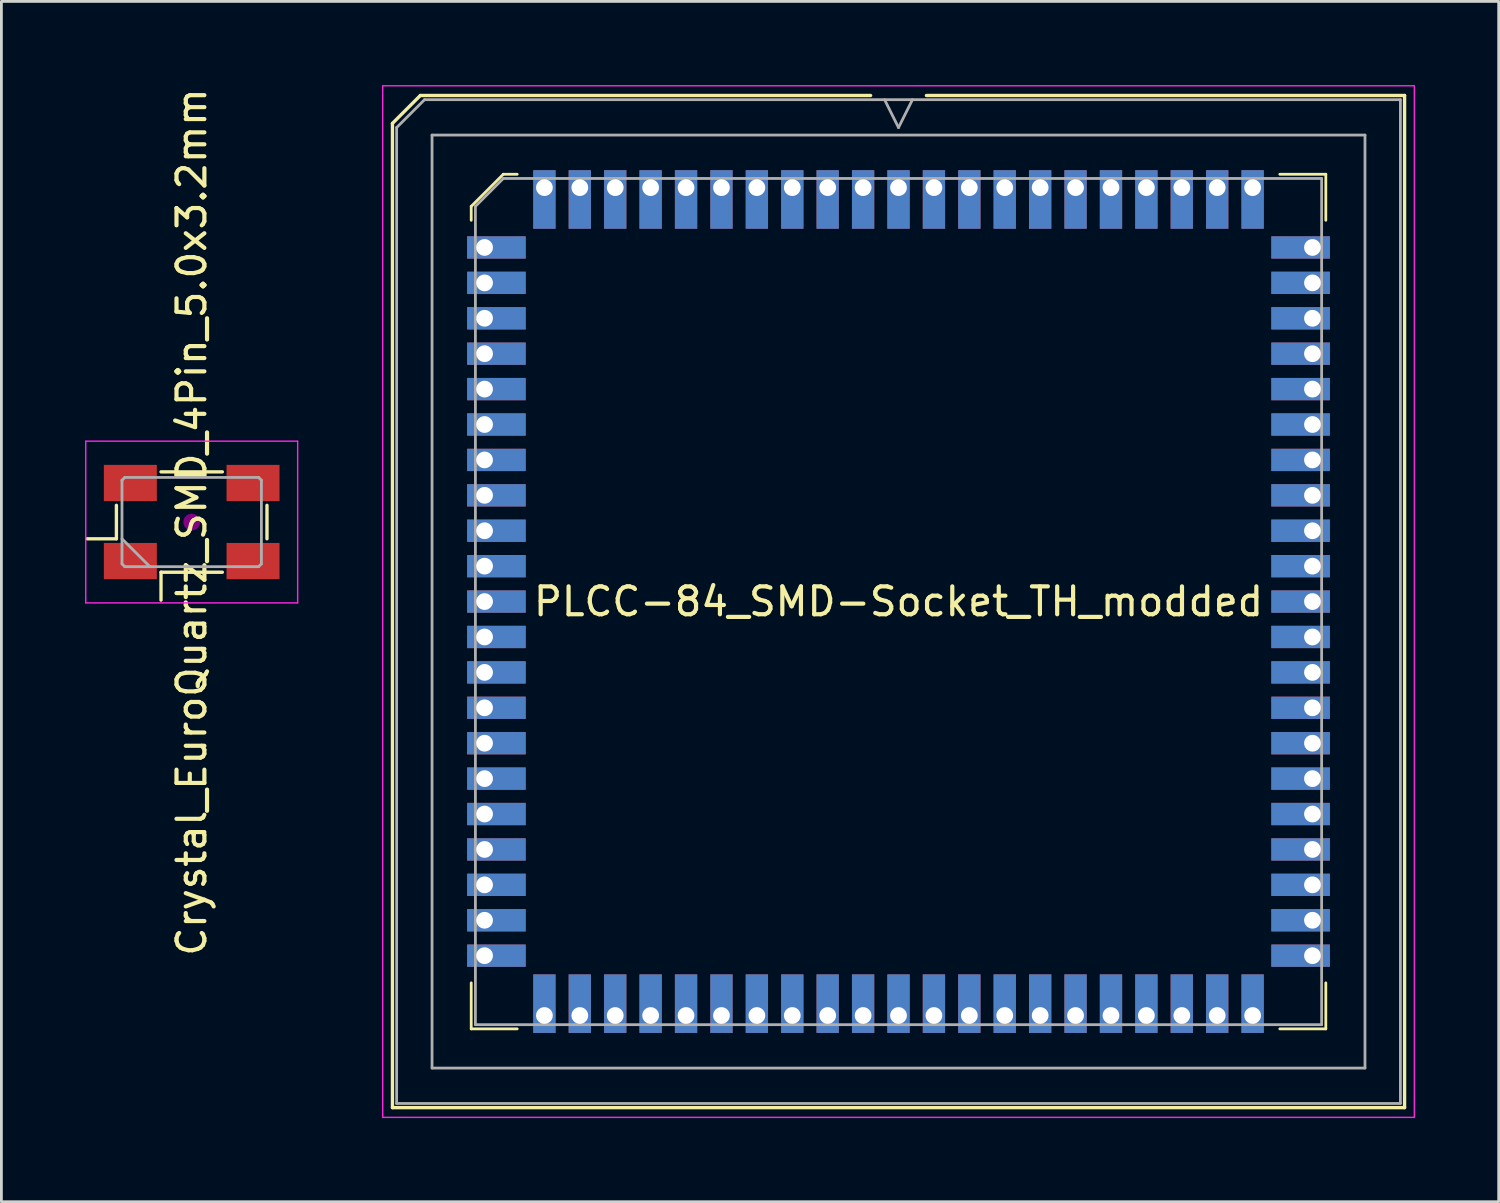
<source format=kicad_pcb>
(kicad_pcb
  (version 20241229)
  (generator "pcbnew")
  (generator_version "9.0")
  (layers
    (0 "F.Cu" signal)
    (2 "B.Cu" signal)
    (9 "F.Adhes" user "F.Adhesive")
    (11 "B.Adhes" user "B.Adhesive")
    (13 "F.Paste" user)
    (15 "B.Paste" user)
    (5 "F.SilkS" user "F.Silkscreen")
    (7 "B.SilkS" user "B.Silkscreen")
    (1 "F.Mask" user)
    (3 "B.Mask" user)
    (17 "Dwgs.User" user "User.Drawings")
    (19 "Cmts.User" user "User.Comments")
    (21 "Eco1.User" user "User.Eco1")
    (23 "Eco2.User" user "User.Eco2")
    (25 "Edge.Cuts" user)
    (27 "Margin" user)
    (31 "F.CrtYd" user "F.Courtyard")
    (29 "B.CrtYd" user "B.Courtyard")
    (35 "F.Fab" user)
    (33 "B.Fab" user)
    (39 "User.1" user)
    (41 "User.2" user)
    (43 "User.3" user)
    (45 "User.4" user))
  (footprint "PLCC-84_SMD-Socket_TH_modded"
    (layer "F.Cu")
    (at 29.175 18.525)
    (property "Reference" "PLCC-84_SMD-Socket_TH_modded" (at 0 0 0) (unlocked yes) (layer "F.SilkS") (effects (font (size 1 1) (thickness 0.15))))
    (attr smd)
    (fp_line (start -18.15 -17.15) (end -18.15 18.15) (stroke (width 0.12) (type solid)) (layer "F.SilkS"))
    (fp_line (start -18.15 18.15) (end 18.15 18.15) (stroke (width 0.12) (type solid)) (layer "F.SilkS"))
    (fp_line (start -17.15 -18.15) (end -18.15 -17.15) (stroke (width 0.12) (type solid)) (layer "F.SilkS"))
    (fp_line (start -15.325 -14.175) (end -15.325 -13.675) (stroke (width 0.1) (type solid)) (layer "F.SilkS"))
    (fp_line (start -15.325 15.325) (end -15.325 13.675) (stroke (width 0.1) (type solid)) (layer "F.SilkS"))
    (fp_line (start -14.175 -15.325) (end -15.325 -14.175) (stroke (width 0.1) (type solid)) (layer "F.SilkS"))
    (fp_line (start -13.675 -15.325) (end -14.175 -15.325) (stroke (width 0.1) (type solid)) (layer "F.SilkS"))
    (fp_line (start -13.675 15.325) (end -15.325 15.325) (stroke (width 0.1) (type solid)) (layer "F.SilkS"))
    (fp_line (start -1 -18.15) (end -17.15 -18.15) (stroke (width 0.12) (type solid)) (layer "F.SilkS"))
    (fp_line (start 13.675 -15.325) (end 15.325 -15.325) (stroke (width 0.1) (type solid)) (layer "F.SilkS"))
    (fp_line (start 13.675 15.325) (end 15.325 15.325) (stroke (width 0.1) (type solid)) (layer "F.SilkS"))
    (fp_line (start 15.325 -15.325) (end 15.325 -13.675) (stroke (width 0.1) (type solid)) (layer "F.SilkS"))
    (fp_line (start 15.325 15.325) (end 15.325 13.675) (stroke (width 0.1) (type solid)) (layer "F.SilkS"))
    (fp_line (start 18.15 -18.15) (end 1 -18.15) (stroke (width 0.12) (type solid)) (layer "F.SilkS"))
    (fp_line (start 18.15 18.15) (end 18.15 -18.15) (stroke (width 0.12) (type solid)) (layer "F.SilkS"))
    (fp_line (start -18.5 -18.5) (end -18.5 18.5) (stroke (width 0.05) (type solid)) (layer "F.CrtYd"))
    (fp_line (start -18.5 18.5) (end 18.5 18.5) (stroke (width 0.05) (type solid)) (layer "F.CrtYd"))
    (fp_line (start 18.5 -18.5) (end -18.5 -18.5) (stroke (width 0.05) (type solid)) (layer "F.CrtYd"))
    (fp_line (start 18.5 18.5) (end 18.5 -18.5) (stroke (width 0.05) (type solid)) (layer "F.CrtYd"))
    (fp_line (start -18 -17) (end -18 18) (stroke (width 0.1) (type solid)) (layer "F.Fab"))
    (fp_line (start -18 18) (end 18 18) (stroke (width 0.1) (type solid)) (layer "F.Fab"))
    (fp_line (start -17 -18) (end -18 -17) (stroke (width 0.1) (type solid)) (layer "F.Fab"))
    (fp_line (start -16.73 -16.73) (end -16.73 16.73) (stroke (width 0.1) (type solid)) (layer "F.Fab"))
    (fp_line (start -16.73 16.73) (end 16.73 16.73) (stroke (width 0.1) (type solid)) (layer "F.Fab"))
    (fp_line (start -15.175 -14.175) (end -15.175 15.175) (stroke (width 0.1) (type solid)) (layer "F.Fab"))
    (fp_line (start -15.175 15.175) (end 15.175 15.175) (stroke (width 0.1) (type solid)) (layer "F.Fab"))
    (fp_line (start -14.175 -15.175) (end -15.175 -14.175) (stroke (width 0.1) (type solid)) (layer "F.Fab"))
    (fp_line (start -0.5 -18) (end 0 -17) (stroke (width 0.1) (type solid)) (layer "F.Fab"))
    (fp_line (start 0 -17) (end 0.5 -18) (stroke (width 0.1) (type solid)) (layer "F.Fab"))
    (fp_line (start 15.175 -15.175) (end -14.175 -15.175) (stroke (width 0.1) (type solid)) (layer "F.Fab"))
    (fp_line (start 15.175 15.175) (end 15.175 -15.175) (stroke (width 0.1) (type solid)) (layer "F.Fab"))
    (fp_line (start 16.73 -16.73) (end -16.73 -16.73) (stroke (width 0.1) (type solid)) (layer "F.Fab"))
    (fp_line (start 16.73 16.73) (end 16.73 -16.73) (stroke (width 0.1) (type solid)) (layer "F.Fab"))
    (fp_line (start 18 -18) (end -17 -18) (stroke (width 0.1) (type solid)) (layer "F.Fab"))
    (fp_line (start 18 18) (end 18 -18) (stroke (width 0.1) (type solid)) (layer "F.Fab"))
    (pad "1" thru_hole rect (at 0 -14.846) (size 0.8 2.1) (drill 0.6 (offset 0 0.425)) (layers "*.Cu" "*.Mask"))
    (pad "2" thru_hole rect (at -1.27 -14.846) (size 0.8 2.1) (drill 0.6 (offset 0 0.425)) (layers "*.Cu" "*.Mask"))
    (pad "3" thru_hole rect (at -2.54 -14.846) (size 0.8 2.1) (drill 0.6 (offset 0 0.425)) (layers "*.Cu" "*.Mask"))
    (pad "4" thru_hole rect (at -3.81 -14.846) (size 0.8 2.1) (drill 0.6 (offset 0 0.425)) (layers "*.Cu" "*.Mask"))
    (pad "5" thru_hole rect (at -5.08 -14.846) (size 0.8 2.1) (drill 0.6 (offset 0 0.425)) (layers "*.Cu" "*.Mask"))
    (pad "6" thru_hole rect (at -6.35 -14.846) (size 0.8 2.1) (drill 0.6 (offset 0 0.425)) (layers "*.Cu" "*.Mask"))
    (pad "7" thru_hole rect (at -7.62 -14.846) (size 0.8 2.1) (drill 0.6 (offset 0 0.425)) (layers "*.Cu" "*.Mask"))
    (pad "8" thru_hole rect (at -8.89 -14.846) (size 0.8 2.1) (drill 0.6 (offset 0 0.425)) (layers "*.Cu" "*.Mask"))
    (pad "9" thru_hole rect (at -10.16 -14.846) (size 0.8 2.1) (drill 0.6 (offset 0 0.425)) (layers "*.Cu" "*.Mask"))
    (pad "10" thru_hole rect (at -11.43 -14.846) (size 0.8 2.1) (drill 0.6 (offset 0 0.425)) (layers "*.Cu" "*.Mask"))
    (pad "11" thru_hole rect (at -12.7 -14.846) (size 0.8 2.1) (drill 0.6 (offset 0 0.425)) (layers "*.Cu" "*.Mask"))
    (pad "12" thru_hole rect (at -14.846 -12.7) (size 2.1 0.8) (drill 0.6 (offset 0.425 0)) (layers "*.Cu" "*.Mask"))
    (pad "13" thru_hole rect (at -14.846 -11.43) (size 2.1 0.8) (drill 0.6 (offset 0.425 0)) (layers "*.Cu" "*.Mask"))
    (pad "14" thru_hole rect (at -14.846 -10.16) (size 2.1 0.8) (drill 0.6 (offset 0.425 0)) (layers "*.Cu" "*.Mask"))
    (pad "15" thru_hole rect (at -14.846 -8.89) (size 2.1 0.8) (drill 0.6 (offset 0.425 0)) (layers "*.Cu" "*.Mask"))
    (pad "16" thru_hole rect (at -14.846 -7.62) (size 2.1 0.8) (drill 0.6 (offset 0.425 0)) (layers "*.Cu" "*.Mask"))
    (pad "17" thru_hole rect (at -14.846 -6.35) (size 2.1 0.8) (drill 0.6 (offset 0.425 0)) (layers "*.Cu" "*.Mask"))
    (pad "18" thru_hole rect (at -14.846 -5.08) (size 2.1 0.8) (drill 0.6 (offset 0.425 0)) (layers "*.Cu" "*.Mask"))
    (pad "19" thru_hole rect (at -14.846 -3.81) (size 2.1 0.8) (drill 0.6 (offset 0.425 0)) (layers "*.Cu" "*.Mask"))
    (pad "20" thru_hole rect (at -14.846 -2.54) (size 2.1 0.8) (drill 0.6 (offset 0.425 0)) (layers "*.Cu" "*.Mask"))
    (pad "21" thru_hole rect (at -14.846 -1.27) (size 2.1 0.8) (drill 0.6 (offset 0.425 0)) (layers "*.Cu" "*.Mask"))
    (pad "22" thru_hole rect (at -14.846 0) (size 2.1 0.8) (drill 0.6 (offset 0.425 0)) (layers "*.Cu" "*.Mask"))
    (pad "23" thru_hole rect (at -14.846 1.27) (size 2.1 0.8) (drill 0.6 (offset 0.425 0)) (layers "*.Cu" "*.Mask"))
    (pad "24" thru_hole rect (at -14.846 2.54) (size 2.1 0.8) (drill 0.6 (offset 0.425 0)) (layers "*.Cu" "*.Mask"))
    (pad "25" thru_hole rect (at -14.846 3.81) (size 2.1 0.8) (drill 0.6 (offset 0.425 0)) (layers "*.Cu" "*.Mask"))
    (pad "26" thru_hole rect (at -14.846 5.08) (size 2.1 0.8) (drill 0.6 (offset 0.425 0)) (layers "*.Cu" "*.Mask"))
    (pad "27" thru_hole rect (at -14.846 6.35) (size 2.1 0.8) (drill 0.6 (offset 0.425 0)) (layers "*.Cu" "*.Mask"))
    (pad "28" thru_hole rect (at -14.846 7.62) (size 2.1 0.8) (drill 0.6 (offset 0.425 0)) (layers "*.Cu" "*.Mask"))
    (pad "29" thru_hole rect (at -14.846 8.89) (size 2.1 0.8) (drill 0.6 (offset 0.425 0)) (layers "*.Cu" "*.Mask"))
    (pad "30" thru_hole rect (at -14.846 10.16) (size 2.1 0.8) (drill 0.6 (offset 0.425 0)) (layers "*.Cu" "*.Mask"))
    (pad "31" thru_hole rect (at -14.846 11.43) (size 2.1 0.8) (drill 0.6 (offset 0.425 0)) (layers "*.Cu" "*.Mask"))
    (pad "32" thru_hole rect (at -14.846 12.7) (size 2.1 0.8) (drill 0.6 (offset 0.425 0)) (layers "*.Cu" "*.Mask"))
    (pad "33" thru_hole rect (at -12.7 14.846) (size 0.8 2.1) (drill 0.6 (offset 0 -0.425)) (layers "*.Cu" "*.Mask"))
    (pad "34" thru_hole rect (at -11.43 14.846) (size 0.8 2.1) (drill 0.6 (offset 0 -0.425)) (layers "*.Cu" "*.Mask"))
    (pad "35" thru_hole rect (at -10.16 14.846) (size 0.8 2.1) (drill 0.6 (offset 0 -0.425)) (layers "*.Cu" "*.Mask"))
    (pad "36" thru_hole rect (at -8.89 14.846) (size 0.8 2.1) (drill 0.6 (offset 0 -0.425)) (layers "*.Cu" "*.Mask"))
    (pad "37" thru_hole rect (at -7.62 14.846) (size 0.8 2.1) (drill 0.6 (offset 0 -0.425)) (layers "*.Cu" "*.Mask"))
    (pad "38" thru_hole rect (at -6.35 14.846) (size 0.8 2.1) (drill 0.6 (offset 0 -0.425)) (layers "*.Cu" "*.Mask"))
    (pad "39" thru_hole rect (at -5.08 14.846) (size 0.8 2.1) (drill 0.6 (offset 0 -0.425)) (layers "*.Cu" "*.Mask"))
    (pad "40" thru_hole rect (at -3.81 14.846) (size 0.8 2.1) (drill 0.6 (offset 0 -0.425)) (layers "*.Cu" "*.Mask"))
    (pad "41" thru_hole rect (at -2.54 14.846) (size 0.8 2.1) (drill 0.6 (offset 0 -0.425)) (layers "*.Cu" "*.Mask"))
    (pad "42" thru_hole rect (at -1.27 14.846) (size 0.8 2.1) (drill 0.6 (offset 0 -0.425)) (layers "*.Cu" "*.Mask"))
    (pad "43" thru_hole rect (at 0 14.846) (size 0.8 2.1) (drill 0.6 (offset 0 -0.425)) (layers "*.Cu" "*.Mask"))
    (pad "44" thru_hole rect (at 1.27 14.846) (size 0.8 2.1) (drill 0.6 (offset 0 -0.425)) (layers "*.Cu" "*.Mask"))
    (pad "45" thru_hole rect (at 2.54 14.846) (size 0.8 2.1) (drill 0.6 (offset 0 -0.425)) (layers "*.Cu" "*.Mask"))
    (pad "46" thru_hole rect (at 3.81 14.846) (size 0.8 2.1) (drill 0.6 (offset 0 -0.425)) (layers "*.Cu" "*.Mask"))
    (pad "47" thru_hole rect (at 5.08 14.846) (size 0.8 2.1) (drill 0.6 (offset 0 -0.425)) (layers "*.Cu" "*.Mask"))
    (pad "48" thru_hole rect (at 6.35 14.846) (size 0.8 2.1) (drill 0.6 (offset 0 -0.425)) (layers "*.Cu" "*.Mask"))
    (pad "49" thru_hole rect (at 7.62 14.846) (size 0.8 2.1) (drill 0.6 (offset 0 -0.425)) (layers "*.Cu" "*.Mask"))
    (pad "50" thru_hole rect (at 8.89 14.846) (size 0.8 2.1) (drill 0.6 (offset 0 -0.425)) (layers "*.Cu" "*.Mask"))
    (pad "51" thru_hole rect (at 10.16 14.846) (size 0.8 2.1) (drill 0.6 (offset 0 -0.425)) (layers "*.Cu" "*.Mask"))
    (pad "52" thru_hole rect (at 11.43 14.846) (size 0.8 2.1) (drill 0.6 (offset 0 -0.425)) (layers "*.Cu" "*.Mask"))
    (pad "53" thru_hole rect (at 12.7 14.846) (size 0.8 2.1) (drill 0.6 (offset 0 -0.425)) (layers "*.Cu" "*.Mask"))
    (pad "54" thru_hole rect (at 14.846 12.7) (size 2.1 0.8) (drill 0.6 (offset -0.425 0)) (layers "*.Cu" "*.Mask"))
    (pad "55" thru_hole rect (at 14.846 11.43) (size 2.1 0.8) (drill 0.6 (offset -0.425 0)) (layers "*.Cu" "*.Mask"))
    (pad "56" thru_hole rect (at 14.846 10.16) (size 2.1 0.8) (drill 0.6 (offset -0.425 0)) (layers "*.Cu" "*.Mask"))
    (pad "57" thru_hole rect (at 14.846 8.89) (size 2.1 0.8) (drill 0.6 (offset -0.425 0)) (layers "*.Cu" "*.Mask"))
    (pad "58" thru_hole rect (at 14.846 7.62) (size 2.1 0.8) (drill 0.6 (offset -0.425 0)) (layers "*.Cu" "*.Mask"))
    (pad "59" thru_hole rect (at 14.846 6.35) (size 2.1 0.8) (drill 0.6 (offset -0.425 0)) (layers "*.Cu" "*.Mask"))
    (pad "60" thru_hole rect (at 14.846 5.08) (size 2.1 0.8) (drill 0.6 (offset -0.425 0)) (layers "*.Cu" "*.Mask"))
    (pad "61" thru_hole rect (at 14.846 3.81) (size 2.1 0.8) (drill 0.6 (offset -0.425 0)) (layers "*.Cu" "*.Mask"))
    (pad "62" thru_hole rect (at 14.846 2.54) (size 2.1 0.8) (drill 0.6 (offset -0.425 0)) (layers "*.Cu" "*.Mask"))
    (pad "63" thru_hole rect (at 14.846 1.27) (size 2.1 0.8) (drill 0.6 (offset -0.425 0)) (layers "*.Cu" "*.Mask"))
    (pad "64" thru_hole rect (at 14.846 0) (size 2.1 0.8) (drill 0.6 (offset -0.425 0)) (layers "*.Cu" "*.Mask"))
    (pad "65" thru_hole rect (at 14.846 -1.27) (size 2.1 0.8) (drill 0.6 (offset -0.425 0)) (layers "*.Cu" "*.Mask"))
    (pad "66" thru_hole rect (at 14.846 -2.54) (size 2.1 0.8) (drill 0.6 (offset -0.425 0)) (layers "*.Cu" "*.Mask"))
    (pad "67" thru_hole rect (at 14.846 -3.81) (size 2.1 0.8) (drill 0.6 (offset -0.425 0)) (layers "*.Cu" "*.Mask"))
    (pad "68" thru_hole rect (at 14.846 -5.08) (size 2.1 0.8) (drill 0.6 (offset -0.425 0)) (layers "*.Cu" "*.Mask"))
    (pad "69" thru_hole rect (at 14.846 -6.35) (size 2.1 0.8) (drill 0.6 (offset -0.425 0)) (layers "*.Cu" "*.Mask"))
    (pad "70" thru_hole rect (at 14.846 -7.62) (size 2.1 0.8) (drill 0.6 (offset -0.425 0)) (layers "*.Cu" "*.Mask"))
    (pad "71" thru_hole rect (at 14.846 -8.89) (size 2.1 0.8) (drill 0.6 (offset -0.425 0)) (layers "*.Cu" "*.Mask"))
    (pad "72" thru_hole rect (at 14.846 -10.16) (size 2.1 0.8) (drill 0.6 (offset -0.425 0)) (layers "*.Cu" "*.Mask"))
    (pad "73" thru_hole rect (at 14.846 -11.43) (size 2.1 0.8) (drill 0.6 (offset -0.425 0)) (layers "*.Cu" "*.Mask"))
    (pad "74" thru_hole rect (at 14.846 -12.7) (size 2.1 0.8) (drill 0.6 (offset -0.425 0)) (layers "*.Cu" "*.Mask"))
    (pad "75" thru_hole rect (at 12.7 -14.846) (size 0.8 2.1) (drill 0.6 (offset 0 0.425)) (layers "*.Cu" "*.Mask"))
    (pad "76" thru_hole rect (at 11.43 -14.846) (size 0.8 2.1) (drill 0.6 (offset 0 0.425)) (layers "*.Cu" "*.Mask"))
    (pad "77" thru_hole rect (at 10.16 -14.846) (size 0.8 2.1) (drill 0.6 (offset 0 0.425)) (layers "*.Cu" "*.Mask"))
    (pad "78" thru_hole rect (at 8.89 -14.846) (size 0.8 2.1) (drill 0.6 (offset 0 0.425)) (layers "*.Cu" "*.Mask"))
    (pad "79" thru_hole rect (at 7.62 -14.846) (size 0.8 2.1) (drill 0.6 (offset 0 0.425)) (layers "*.Cu" "*.Mask"))
    (pad "80" thru_hole rect (at 6.35 -14.846) (size 0.8 2.1) (drill 0.6 (offset 0 0.425)) (layers "*.Cu" "*.Mask"))
    (pad "81" thru_hole rect (at 5.08 -14.846) (size 0.8 2.1) (drill 0.6 (offset 0 0.425)) (layers "*.Cu" "*.Mask"))
    (pad "82" thru_hole rect (at 3.81 -14.846) (size 0.8 2.1) (drill 0.6 (offset 0 0.425)) (layers "*.Cu" "*.Mask"))
    (pad "83" thru_hole rect (at 2.54 -14.846) (size 0.8 2.1) (drill 0.6 (offset 0 0.425)) (layers "*.Cu" "*.Mask"))
    (pad "84" thru_hole rect (at 1.27 -14.846) (size 0.8 2.1) (drill 0.6 (offset 0 0.425)) (layers "*.Cu" "*.Mask")))
  (footprint "Crystal_EuroQuartz_SMD_4Pin_5.0x3.2mm"
    (layer "F.Cu")
    (at 3.825 15.673)
    (property "Reference" "Crystal_EuroQuartz_SMD_4Pin_5.0x3.2mm" (at 0 0 270) (layer "F.SilkS") (effects (font (size 1 1) (thickness 0.15))))
    (attr smd)
    (fp_line (start -3.75 0.6) (end -2.7 0.6) (stroke (width 0.12) (type solid)) (layer "F.SilkS"))
    (fp_line (start -2.7 0.6) (end -2.7 -0.6) (stroke (width 0.12) (type solid)) (layer "F.SilkS"))
    (fp_line (start -1.1 -1.8) (end 1.1 -1.8) (stroke (width 0.12) (type solid)) (layer "F.SilkS"))
    (fp_line (start -1.1 1.8) (end -1.1 2.8) (stroke (width 0.12) (type solid)) (layer "F.SilkS"))
    (fp_line (start 1.1 1.8) (end -1.1 1.8) (stroke (width 0.12) (type solid)) (layer "F.SilkS"))
    (fp_line (start 2.7 -0.6) (end 2.7 0.6) (stroke (width 0.12) (type solid)) (layer "F.SilkS"))
    (fp_circle (center 0 0) (end 0.058 0) (stroke (width 0.117) (type solid)) (fill no) (layer "F.Adhes"))
    (fp_circle (center 0 0) (end 0.133 0) (stroke (width 0.083) (type solid)) (fill no) (layer "F.Adhes"))
    (fp_circle (center 0 0) (end 0.208 0) (stroke (width 0.083) (type solid)) (fill no) (layer "F.Adhes"))
    (fp_circle (center 0 0) (end 0.25 0) (stroke (width 0.1) (type solid)) (fill no) (layer "F.Adhes"))
    (fp_line (start -3.8 -2.9) (end -3.8 2.9) (stroke (width 0.05) (type solid)) (layer "F.CrtYd"))
    (fp_line (start -3.8 2.9) (end 3.8 2.9) (stroke (width 0.05) (type solid)) (layer "F.CrtYd"))
    (fp_line (start 3.8 -2.9) (end -3.8 -2.9) (stroke (width 0.05) (type solid)) (layer "F.CrtYd"))
    (fp_line (start 3.8 2.9) (end 3.8 -2.9) (stroke (width 0.05) (type solid)) (layer "F.CrtYd"))
    (fp_line (start -2.5 -1.5) (end -2.4 -1.6) (stroke (width 0.1) (type solid)) (layer "F.Fab"))
    (fp_line (start -2.5 0.6) (end -1.5 1.6) (stroke (width 0.1) (type solid)) (layer "F.Fab"))
    (fp_line (start -2.5 1.5) (end -2.5 -1.5) (stroke (width 0.1) (type solid)) (layer "F.Fab"))
    (fp_line (start -2.4 -1.6) (end 2.4 -1.6) (stroke (width 0.1) (type solid)) (layer "F.Fab"))
    (fp_line (start -2.4 1.6) (end -2.5 1.5) (stroke (width 0.1) (type solid)) (layer "F.Fab"))
    (fp_line (start 2.4 -1.6) (end 2.5 -1.5) (stroke (width 0.1) (type solid)) (layer "F.Fab"))
    (fp_line (start 2.4 1.6) (end -2.4 1.6) (stroke (width 0.1) (type solid)) (layer "F.Fab"))
    (fp_line (start 2.5 -1.5) (end 2.5 1.5) (stroke (width 0.1) (type solid)) (layer "F.Fab"))
    (fp_line (start 2.5 1.5) (end 2.4 1.6) (stroke (width 0.1) (type solid)) (layer "F.Fab"))
    (pad "1" smd rect (at -2.2 1.4) (size 1.9 1.3) (layers "F.Cu" "F.Mask" "F.Paste"))
    (pad "2" smd rect (at 2.2 1.4) (size 1.9 1.3) (layers "F.Cu" "F.Mask" "F.Paste"))
    (pad "3" smd rect (at 2.2 -1.4) (size 1.9 1.3) (layers "F.Cu" "F.Mask" "F.Paste"))
    (pad "4" smd rect (at -2.2 -1.4) (size 1.9 1.3) (layers "F.Cu" "F.Mask" "F.Paste")))
  (gr_rect
    (start -3 -3)
    (end 50.7 40.05)
    (stroke (width 0.1) (type default))
    (fill no)
    (layer "Edge.Cuts")))
</source>
